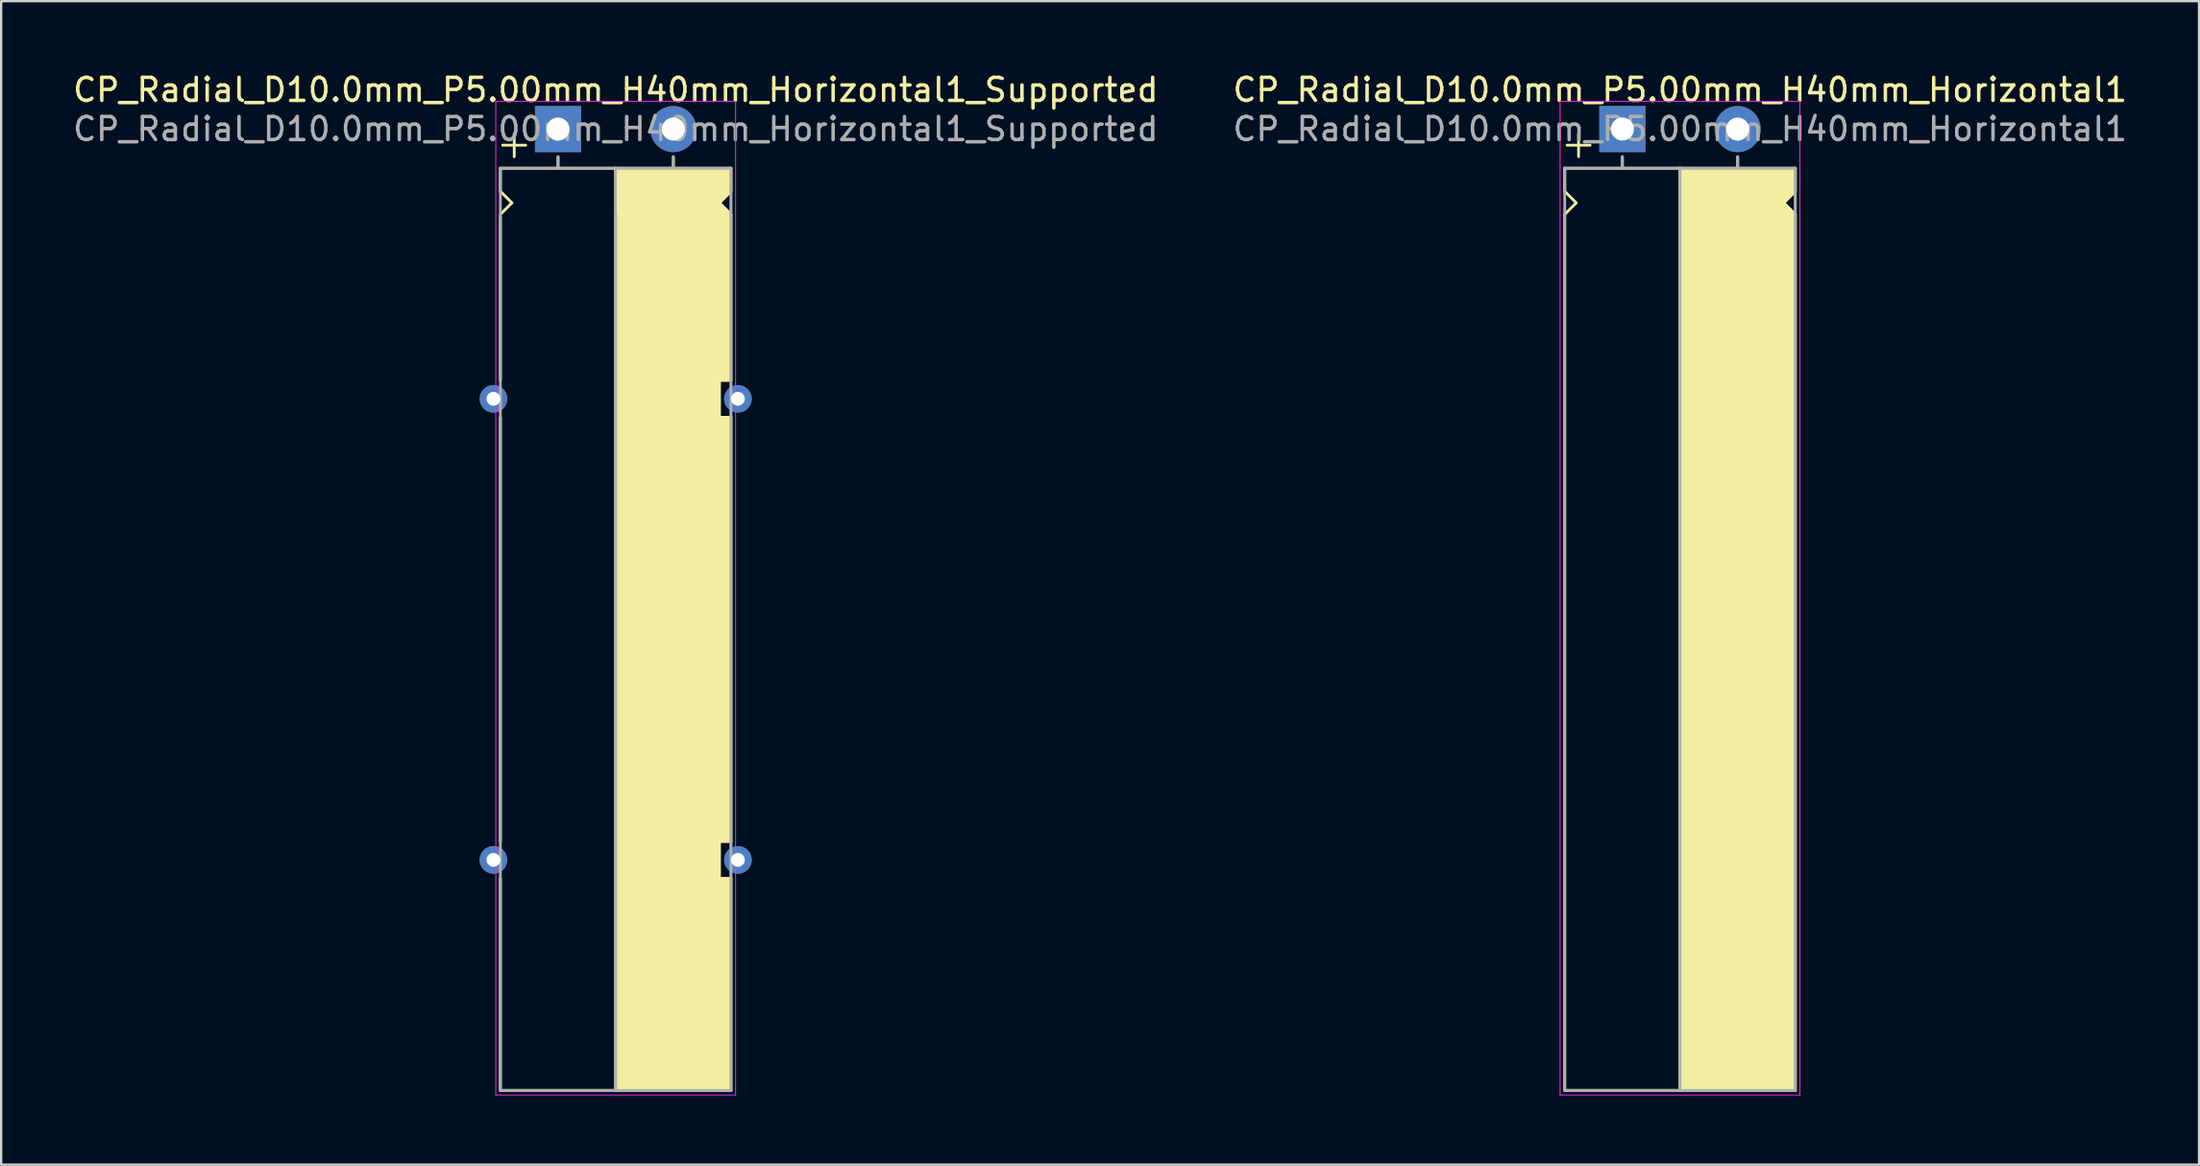
<source format=kicad_pcb>
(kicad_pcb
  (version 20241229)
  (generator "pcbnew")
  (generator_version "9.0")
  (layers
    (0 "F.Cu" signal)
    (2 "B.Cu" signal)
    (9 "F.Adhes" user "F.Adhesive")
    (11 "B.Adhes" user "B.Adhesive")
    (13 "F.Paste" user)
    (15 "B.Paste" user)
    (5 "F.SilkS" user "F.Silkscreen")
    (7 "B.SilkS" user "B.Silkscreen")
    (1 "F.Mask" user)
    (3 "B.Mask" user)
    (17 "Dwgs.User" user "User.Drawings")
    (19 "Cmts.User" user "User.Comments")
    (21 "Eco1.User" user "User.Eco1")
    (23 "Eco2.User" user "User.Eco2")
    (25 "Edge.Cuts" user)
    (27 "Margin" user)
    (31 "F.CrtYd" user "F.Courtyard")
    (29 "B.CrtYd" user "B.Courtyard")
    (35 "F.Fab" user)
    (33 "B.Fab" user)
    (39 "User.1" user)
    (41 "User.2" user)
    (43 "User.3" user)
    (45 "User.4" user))
  (footprint "CP_Radial_D10.0mm_P5.00mm_H40mm_Horizontal1"
    (layer "F.Cu")
    (at 67.304 2.548)
    (property "Reference" "CP_Radial_D10.0mm_P5.00mm_H40mm_Horizontal1" (at 2.5 -1.7 0) (layer "F.SilkS") (effects (font (size 1 1) (thickness 0.15))))
    (attr through_hole)
    (fp_line (start -2.5 1.7) (end -2.5 2.7) (stroke (width 0.12) (type solid)) (layer "F.SilkS"))
    (fp_line (start -2.5 2.7) (end -2 3.2) (stroke (width 0.12) (type solid)) (layer "F.SilkS"))
    (fp_line (start -2.5 3.7) (end -2.5 11.7) (stroke (width 0.12) (type solid)) (layer "F.SilkS"))
    (fp_line (start -2.5 11.7) (end -2.5 41.7) (stroke (width 0.12) (type solid)) (layer "F.SilkS"))
    (fp_line (start -2.5 41.7) (end 7.5 41.7) (stroke (width 0.12) (type solid)) (layer "F.SilkS"))
    (fp_line (start -2 3.2) (end -2.5 3.7) (stroke (width 0.12) (type solid)) (layer "F.SilkS"))
    (fp_line (start -1.9 0.2) (end -1.9 1.2) (stroke (width 0.12) (type solid)) (layer "F.SilkS"))
    (fp_line (start -1.4 0.7) (end -2.4 0.7) (stroke (width 0.12) (type solid)) (layer "F.SilkS"))
    (fp_line (start 0 1.7) (end 0 1.2) (stroke (width 0.12) (type solid)) (layer "F.SilkS"))
    (fp_line (start 2.5 1.7) (end -2.5 1.7) (stroke (width 0.12) (type solid)) (layer "F.SilkS"))
    (fp_line (start 2.5 41.7) (end 2.5 1.7) (stroke (width 0.12) (type solid)) (layer "F.SilkS"))
    (fp_line (start 5 1.7) (end 5 1.2) (stroke (width 0.12) (type solid)) (layer "F.SilkS"))
    (fp_line (start 7 3.2) (end 7.5 3.7) (stroke (width 0.12) (type solid)) (layer "F.SilkS"))
    (fp_line (start 7.5 1.7) (end 2.5 1.7) (stroke (width 0.12) (type solid)) (layer "F.SilkS"))
    (fp_line (start 7.5 1.7) (end 7.5 2.7) (stroke (width 0.12) (type solid)) (layer "F.SilkS"))
    (fp_line (start 7.5 2.7) (end 7 3.2) (stroke (width 0.12) (type solid)) (layer "F.SilkS"))
    (fp_line (start 7.5 3.7) (end 7.5 11.7) (stroke (width 0.12) (type solid)) (layer "F.SilkS"))
    (fp_line (start 7.5 11.7) (end 7.5 41.7) (stroke (width 0.12) (type solid)) (layer "F.SilkS"))
    (fp_poly (pts (xy 7.5 2.7) (xy 7 3.2) (xy 7.5 3.7) (xy 7.5 41.7) (xy 2.5 41.7) (xy 2.5 1.7) (xy 7.5 1.7)) (stroke (width 0.1) (type solid)) (fill yes) (layer "F.SilkS"))
    (fp_line (start -2.7 -1.2) (end 5.3 -1.2) (stroke (width 0.04) (type solid)) (layer "F.CrtYd"))
    (fp_line (start -2.7 41.9) (end -2.7 -1.2) (stroke (width 0.04) (type solid)) (layer "F.CrtYd"))
    (fp_line (start 5.3 -1.2) (end 7.7 -1.2) (stroke (width 0.04) (type solid)) (layer "F.CrtYd"))
    (fp_line (start 7.7 -1.2) (end 7.7 41.9) (stroke (width 0.04) (type solid)) (layer "F.CrtYd"))
    (fp_line (start 7.7 41.9) (end -2.7 41.9) (stroke (width 0.04) (type solid)) (layer "F.CrtYd"))
    (fp_line (start -2.5 1.7) (end -2.5 41.7) (stroke (width 0.12) (type solid)) (layer "F.Fab"))
    (fp_line (start -2.5 41.7) (end 7.5 41.7) (stroke (width 0.12) (type solid)) (layer "F.Fab"))
    (fp_line (start 0 1.7) (end 0 1.2) (stroke (width 0.12) (type solid)) (layer "F.Fab"))
    (fp_line (start 2.5 1.7) (end 2.5 41.7) (stroke (width 0.12) (type solid)) (layer "F.Fab"))
    (fp_line (start 5 1.7) (end 5 1.2) (stroke (width 0.12) (type solid)) (layer "F.Fab"))
    (fp_line (start 7.5 1.7) (end -2.5 1.7) (stroke (width 0.12) (type solid)) (layer "F.Fab"))
    (fp_line (start 7.5 41.7) (end 7.5 1.7) (stroke (width 0.12) (type solid)) (layer "F.Fab"))
    (fp_poly (pts (xy 7.5 41.7) (xy 2.5 41.7) (xy 2.5 1.7) (xy 7.5 1.7)) (stroke (width 0.1) (type solid)) (fill no) (layer "F.Fab"))
    (fp_text user "${REFERENCE}" (at 2.5 0 0) (layer "F.Fab") (effects (font (size 1 1) (thickness 0.15))))
    (pad "1" thru_hole rect (at 0 0) (size 2 2) (drill 1) (layers "*.Cu" "*.Mask"))
    (pad "2" thru_hole circle (at 5 0) (size 2 2) (drill 1) (layers "*.Cu" "*.Mask")))
  (footprint "CP_Radial_D10.0mm_P5.00mm_H40mm_Horizontal1_Supported"
    (layer "F.Cu")
    (at 21.149 2.548)
    (property "Reference" "CP_Radial_D10.0mm_P5.00mm_H40mm_Horizontal1_Supported" (at 2.5 -1.7 0) (layer "F.SilkS") (effects (font (size 1 1) (thickness 0.15))))
    (attr through_hole)
    (fp_line (start -2.5 1.7) (end -2.5 2.7) (stroke (width 0.12) (type solid)) (layer "F.SilkS"))
    (fp_line (start -2.5 2.7) (end -2 3.2) (stroke (width 0.12) (type solid)) (layer "F.SilkS"))
    (fp_line (start -2.5 3.8) (end -2.5 10.9) (stroke (width 0.12) (type solid)) (layer "F.SilkS"))
    (fp_line (start -2.5 12.5) (end -2.5 30.9) (stroke (width 0.12) (type solid)) (layer "F.SilkS"))
    (fp_line (start -2.5 32.5) (end -2.5 41.7) (stroke (width 0.12) (type solid)) (layer "F.SilkS"))
    (fp_line (start -2.5 41.7) (end 7.5 41.7) (stroke (width 0.12) (type solid)) (layer "F.SilkS"))
    (fp_line (start -2 3.2) (end -2.5 3.7) (stroke (width 0.12) (type solid)) (layer "F.SilkS"))
    (fp_line (start -1.9 0.2) (end -1.9 1.2) (stroke (width 0.12) (type solid)) (layer "F.SilkS"))
    (fp_line (start -1.4 0.7) (end -2.4 0.7) (stroke (width 0.12) (type solid)) (layer "F.SilkS"))
    (fp_line (start 0 1.7) (end 0 1.2) (stroke (width 0.12) (type solid)) (layer "F.SilkS"))
    (fp_line (start 2.5 1.7) (end -2.5 1.7) (stroke (width 0.12) (type solid)) (layer "F.SilkS"))
    (fp_line (start 2.5 41.7) (end 2.5 1.7) (stroke (width 0.12) (type solid)) (layer "F.SilkS"))
    (fp_line (start 5 1.7) (end 5 1.2) (stroke (width 0.12) (type solid)) (layer "F.SilkS"))
    (fp_line (start 7 3.2) (end 7.5 3.7) (stroke (width 0.12) (type solid)) (layer "F.SilkS"))
    (fp_line (start 7 10.9) (end 7 12.5) (stroke (width 0.12) (type solid)) (layer "F.SilkS"))
    (fp_line (start 7 12.5) (end 7.5 12.5) (stroke (width 0.12) (type solid)) (layer "F.SilkS"))
    (fp_line (start 7 30.9) (end 7 32.5) (stroke (width 0.12) (type solid)) (layer "F.SilkS"))
    (fp_line (start 7 32.5) (end 7.5 32.5) (stroke (width 0.12) (type solid)) (layer "F.SilkS"))
    (fp_line (start 7.5 1.7) (end 2.5 1.7) (stroke (width 0.12) (type solid)) (layer "F.SilkS"))
    (fp_line (start 7.5 1.7) (end 7.5 2.7) (stroke (width 0.12) (type solid)) (layer "F.SilkS"))
    (fp_line (start 7.5 2.7) (end 7 3.2) (stroke (width 0.12) (type solid)) (layer "F.SilkS"))
    (fp_line (start 7.5 3.7) (end 7.5 10.9) (stroke (width 0.12) (type solid)) (layer "F.SilkS"))
    (fp_line (start 7.5 10.9) (end 7 10.9) (stroke (width 0.12) (type solid)) (layer "F.SilkS"))
    (fp_line (start 7.5 12.5) (end 7.5 30.9) (stroke (width 0.12) (type solid)) (layer "F.SilkS"))
    (fp_line (start 7.5 30.9) (end 7 30.9) (stroke (width 0.12) (type solid)) (layer "F.SilkS"))
    (fp_line (start 7.5 32.5) (end 7.5 41.7) (stroke (width 0.12) (type solid)) (layer "F.SilkS"))
    (fp_poly (pts (xy 7.5 2.7) (xy 7 3.2) (xy 7.5 3.7) (xy 7.5 10.9) (xy 7 10.9) (xy 7 12.5) (xy 7.5 12.5) (xy 7.5 30.9) (xy 7 30.9) (xy 7 32.5) (xy 7.5 32.5) (xy 7.5 41.7) (xy 2.5 41.7) (xy 2.5 1.7) (xy 7.5 1.7)) (stroke (width 0.1) (type solid)) (fill yes) (layer "F.SilkS"))
    (fp_line (start -2.7 -1.2) (end 5.3 -1.2) (stroke (width 0.04) (type solid)) (layer "F.CrtYd"))
    (fp_line (start -2.7 41.9) (end -2.7 -1.2) (stroke (width 0.04) (type solid)) (layer "F.CrtYd"))
    (fp_line (start 5.3 -1.2) (end 7.7 -1.2) (stroke (width 0.04) (type solid)) (layer "F.CrtYd"))
    (fp_line (start 7.7 -1.2) (end 7.7 41.9) (stroke (width 0.04) (type solid)) (layer "F.CrtYd"))
    (fp_line (start 7.7 41.9) (end -2.7 41.9) (stroke (width 0.04) (type solid)) (layer "F.CrtYd"))
    (fp_line (start -2.5 1.7) (end -2.5 41.7) (stroke (width 0.12) (type solid)) (layer "F.Fab"))
    (fp_line (start -2.5 41.7) (end 7.5 41.7) (stroke (width 0.12) (type solid)) (layer "F.Fab"))
    (fp_line (start 0 1.7) (end 0 1.2) (stroke (width 0.12) (type solid)) (layer "F.Fab"))
    (fp_line (start 2.5 3.7) (end 2.5 41.7) (stroke (width 0.12) (type solid)) (layer "F.Fab"))
    (fp_line (start 5 1.7) (end 5 1.2) (stroke (width 0.12) (type solid)) (layer "F.Fab"))
    (fp_line (start 7.5 1.7) (end -2.5 1.7) (stroke (width 0.12) (type solid)) (layer "F.Fab"))
    (fp_line (start 7.5 41.7) (end 7.5 1.7) (stroke (width 0.12) (type solid)) (layer "F.Fab"))
    (fp_poly (pts (xy 7.5 41.7) (xy 2.5 41.7) (xy 2.5 1.7) (xy 7.5 1.7)) (stroke (width 0.1) (type solid)) (fill no) (layer "F.Fab"))
    (fp_text user "${REFERENCE}" (at 2.5 0 0) (layer "F.Fab") (effects (font (size 1 1) (thickness 0.15))))
    (pad "" thru_hole circle (at -2.8 11.7 180) (size 1.2 1.2) (drill 0.6) (layers "*.Cu" "*.Mask"))
    (pad "" thru_hole circle (at 7.8 11.7) (size 1.2 1.2) (drill 0.6) (layers "*.Cu" "*.Mask"))
    (pad "1" thru_hole rect (at 0 0) (size 2 2) (drill 1) (layers "*.Cu" "*.Mask"))
    (pad "2" thru_hole circle (at 5 0) (size 2 2) (drill 1) (layers "*.Cu" "*.Mask"))
    (pad "~" thru_hole circle (at -2.8 31.7) (size 1.2 1.2) (drill 0.6) (layers "*.Cu" "*.Mask"))
    (pad "~" thru_hole circle (at 7.8 31.7) (size 1.2 1.2) (drill 0.6) (layers "*.Cu" "*.Mask")))
  (gr_rect
    (start -3 -3)
    (end 92.31 47.468)
    (stroke (width 0.1) (type default))
    (fill no)
    (layer "Edge.Cuts")))
</source>
